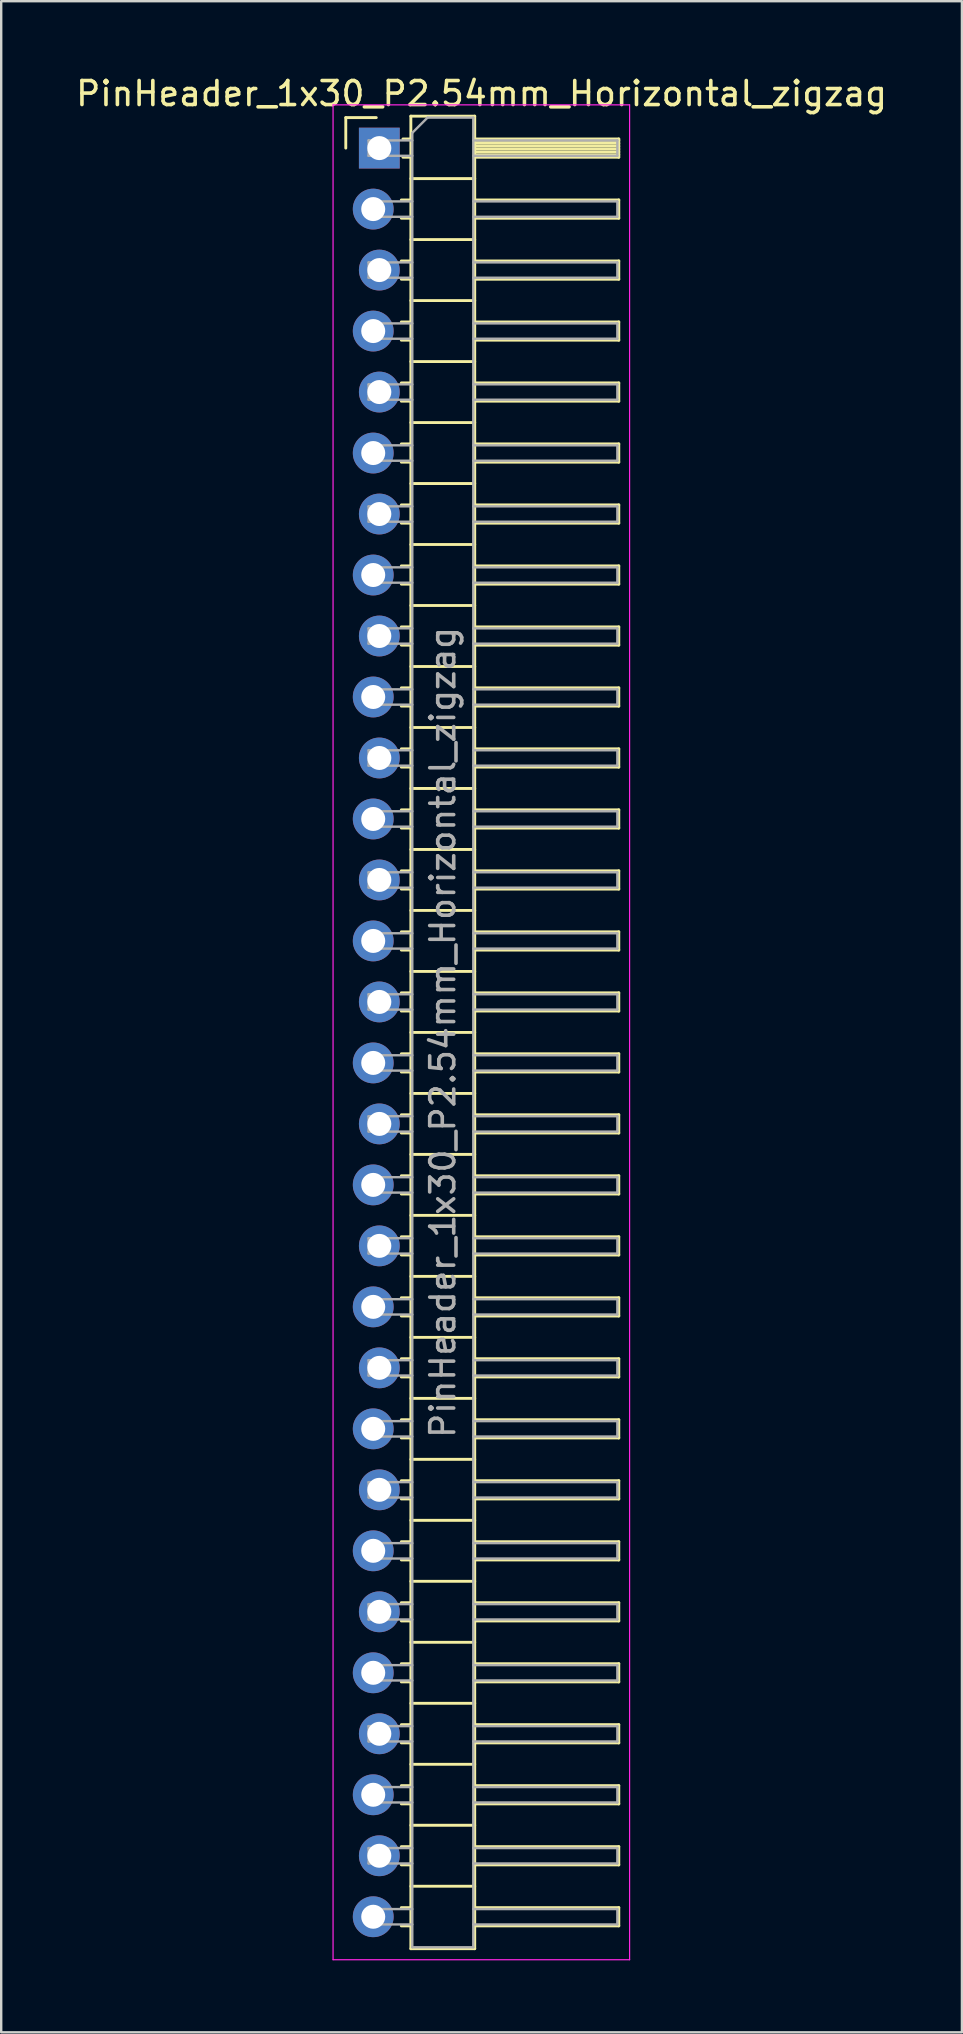
<source format=kicad_pcb>
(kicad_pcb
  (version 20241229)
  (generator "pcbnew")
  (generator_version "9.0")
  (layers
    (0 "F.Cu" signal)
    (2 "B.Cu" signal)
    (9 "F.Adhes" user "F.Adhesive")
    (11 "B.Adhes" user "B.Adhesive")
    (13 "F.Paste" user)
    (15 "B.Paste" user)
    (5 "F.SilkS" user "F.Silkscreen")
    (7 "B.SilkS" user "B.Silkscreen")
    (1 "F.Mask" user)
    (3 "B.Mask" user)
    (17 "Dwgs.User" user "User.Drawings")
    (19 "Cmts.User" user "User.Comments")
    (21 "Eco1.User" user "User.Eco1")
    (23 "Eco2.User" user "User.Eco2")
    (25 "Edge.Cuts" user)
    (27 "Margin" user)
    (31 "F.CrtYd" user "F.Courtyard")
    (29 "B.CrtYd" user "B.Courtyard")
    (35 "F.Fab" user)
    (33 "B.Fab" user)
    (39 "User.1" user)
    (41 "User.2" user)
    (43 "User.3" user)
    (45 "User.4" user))
  (footprint "PinHeader_1x30_P2.54mm_Horizontal_zigzag"
    (layer "F.Cu")
    (at 12.621 3.118)
    (property "Reference" "PinHeader_1x30_P2.54mm_Horizontal_zigzag" (at 4.385 -2.27 0) (layer "F.SilkS") (effects (font (size 1 1) (thickness 0.15))))
    (attr through_hole)
    (fp_line (start -1.27 -1.27) (end 0 -1.27) (stroke (width 0.12) (type solid)) (layer "F.SilkS"))
    (fp_line (start -1.27 0) (end -1.27 -1.27) (stroke (width 0.12) (type solid)) (layer "F.SilkS"))
    (fp_line (start 1.043 2.16) (end 1.44 2.16) (stroke (width 0.12) (type solid)) (layer "F.SilkS"))
    (fp_line (start 1.043 2.92) (end 1.44 2.92) (stroke (width 0.12) (type solid)) (layer "F.SilkS"))
    (fp_line (start 1.043 4.7) (end 1.44 4.7) (stroke (width 0.12) (type solid)) (layer "F.SilkS"))
    (fp_line (start 1.043 5.46) (end 1.44 5.46) (stroke (width 0.12) (type solid)) (layer "F.SilkS"))
    (fp_line (start 1.043 7.24) (end 1.44 7.24) (stroke (width 0.12) (type solid)) (layer "F.SilkS"))
    (fp_line (start 1.043 8) (end 1.44 8) (stroke (width 0.12) (type solid)) (layer "F.SilkS"))
    (fp_line (start 1.043 9.78) (end 1.44 9.78) (stroke (width 0.12) (type solid)) (layer "F.SilkS"))
    (fp_line (start 1.043 10.54) (end 1.44 10.54) (stroke (width 0.12) (type solid)) (layer "F.SilkS"))
    (fp_line (start 1.043 12.32) (end 1.44 12.32) (stroke (width 0.12) (type solid)) (layer "F.SilkS"))
    (fp_line (start 1.043 13.08) (end 1.44 13.08) (stroke (width 0.12) (type solid)) (layer "F.SilkS"))
    (fp_line (start 1.043 14.86) (end 1.44 14.86) (stroke (width 0.12) (type solid)) (layer "F.SilkS"))
    (fp_line (start 1.043 15.62) (end 1.44 15.62) (stroke (width 0.12) (type solid)) (layer "F.SilkS"))
    (fp_line (start 1.043 17.4) (end 1.44 17.4) (stroke (width 0.12) (type solid)) (layer "F.SilkS"))
    (fp_line (start 1.043 18.16) (end 1.44 18.16) (stroke (width 0.12) (type solid)) (layer "F.SilkS"))
    (fp_line (start 1.043 19.94) (end 1.44 19.94) (stroke (width 0.12) (type solid)) (layer "F.SilkS"))
    (fp_line (start 1.043 20.7) (end 1.44 20.7) (stroke (width 0.12) (type solid)) (layer "F.SilkS"))
    (fp_line (start 1.043 22.48) (end 1.44 22.48) (stroke (width 0.12) (type solid)) (layer "F.SilkS"))
    (fp_line (start 1.043 23.24) (end 1.44 23.24) (stroke (width 0.12) (type solid)) (layer "F.SilkS"))
    (fp_line (start 1.043 25.02) (end 1.44 25.02) (stroke (width 0.12) (type solid)) (layer "F.SilkS"))
    (fp_line (start 1.043 25.78) (end 1.44 25.78) (stroke (width 0.12) (type solid)) (layer "F.SilkS"))
    (fp_line (start 1.043 27.56) (end 1.44 27.56) (stroke (width 0.12) (type solid)) (layer "F.SilkS"))
    (fp_line (start 1.043 28.32) (end 1.44 28.32) (stroke (width 0.12) (type solid)) (layer "F.SilkS"))
    (fp_line (start 1.043 30.1) (end 1.44 30.1) (stroke (width 0.12) (type solid)) (layer "F.SilkS"))
    (fp_line (start 1.043 30.86) (end 1.44 30.86) (stroke (width 0.12) (type solid)) (layer "F.SilkS"))
    (fp_line (start 1.043 32.64) (end 1.44 32.64) (stroke (width 0.12) (type solid)) (layer "F.SilkS"))
    (fp_line (start 1.043 33.4) (end 1.44 33.4) (stroke (width 0.12) (type solid)) (layer "F.SilkS"))
    (fp_line (start 1.043 35.18) (end 1.44 35.18) (stroke (width 0.12) (type solid)) (layer "F.SilkS"))
    (fp_line (start 1.043 35.94) (end 1.44 35.94) (stroke (width 0.12) (type solid)) (layer "F.SilkS"))
    (fp_line (start 1.043 37.72) (end 1.44 37.72) (stroke (width 0.12) (type solid)) (layer "F.SilkS"))
    (fp_line (start 1.043 38.48) (end 1.44 38.48) (stroke (width 0.12) (type solid)) (layer "F.SilkS"))
    (fp_line (start 1.043 40.26) (end 1.44 40.26) (stroke (width 0.12) (type solid)) (layer "F.SilkS"))
    (fp_line (start 1.043 41.02) (end 1.44 41.02) (stroke (width 0.12) (type solid)) (layer "F.SilkS"))
    (fp_line (start 1.043 42.8) (end 1.44 42.8) (stroke (width 0.12) (type solid)) (layer "F.SilkS"))
    (fp_line (start 1.043 43.56) (end 1.44 43.56) (stroke (width 0.12) (type solid)) (layer "F.SilkS"))
    (fp_line (start 1.043 45.34) (end 1.44 45.34) (stroke (width 0.12) (type solid)) (layer "F.SilkS"))
    (fp_line (start 1.043 46.1) (end 1.44 46.1) (stroke (width 0.12) (type solid)) (layer "F.SilkS"))
    (fp_line (start 1.043 47.88) (end 1.44 47.88) (stroke (width 0.12) (type solid)) (layer "F.SilkS"))
    (fp_line (start 1.043 48.64) (end 1.44 48.64) (stroke (width 0.12) (type solid)) (layer "F.SilkS"))
    (fp_line (start 1.043 50.42) (end 1.44 50.42) (stroke (width 0.12) (type solid)) (layer "F.SilkS"))
    (fp_line (start 1.043 51.18) (end 1.44 51.18) (stroke (width 0.12) (type solid)) (layer "F.SilkS"))
    (fp_line (start 1.043 52.96) (end 1.44 52.96) (stroke (width 0.12) (type solid)) (layer "F.SilkS"))
    (fp_line (start 1.043 53.72) (end 1.44 53.72) (stroke (width 0.12) (type solid)) (layer "F.SilkS"))
    (fp_line (start 1.043 55.5) (end 1.44 55.5) (stroke (width 0.12) (type solid)) (layer "F.SilkS"))
    (fp_line (start 1.043 56.26) (end 1.44 56.26) (stroke (width 0.12) (type solid)) (layer "F.SilkS"))
    (fp_line (start 1.043 58.04) (end 1.44 58.04) (stroke (width 0.12) (type solid)) (layer "F.SilkS"))
    (fp_line (start 1.043 58.8) (end 1.44 58.8) (stroke (width 0.12) (type solid)) (layer "F.SilkS"))
    (fp_line (start 1.043 60.58) (end 1.44 60.58) (stroke (width 0.12) (type solid)) (layer "F.SilkS"))
    (fp_line (start 1.043 61.34) (end 1.44 61.34) (stroke (width 0.12) (type solid)) (layer "F.SilkS"))
    (fp_line (start 1.043 63.12) (end 1.44 63.12) (stroke (width 0.12) (type solid)) (layer "F.SilkS"))
    (fp_line (start 1.043 63.88) (end 1.44 63.88) (stroke (width 0.12) (type solid)) (layer "F.SilkS"))
    (fp_line (start 1.043 65.66) (end 1.44 65.66) (stroke (width 0.12) (type solid)) (layer "F.SilkS"))
    (fp_line (start 1.043 66.42) (end 1.44 66.42) (stroke (width 0.12) (type solid)) (layer "F.SilkS"))
    (fp_line (start 1.043 68.2) (end 1.44 68.2) (stroke (width 0.12) (type solid)) (layer "F.SilkS"))
    (fp_line (start 1.043 68.96) (end 1.44 68.96) (stroke (width 0.12) (type solid)) (layer "F.SilkS"))
    (fp_line (start 1.043 70.74) (end 1.44 70.74) (stroke (width 0.12) (type solid)) (layer "F.SilkS"))
    (fp_line (start 1.043 71.5) (end 1.44 71.5) (stroke (width 0.12) (type solid)) (layer "F.SilkS"))
    (fp_line (start 1.043 73.28) (end 1.44 73.28) (stroke (width 0.12) (type solid)) (layer "F.SilkS"))
    (fp_line (start 1.043 74.04) (end 1.44 74.04) (stroke (width 0.12) (type solid)) (layer "F.SilkS"))
    (fp_line (start 1.11 -0.38) (end 1.44 -0.38) (stroke (width 0.12) (type solid)) (layer "F.SilkS"))
    (fp_line (start 1.11 0.38) (end 1.44 0.38) (stroke (width 0.12) (type solid)) (layer "F.SilkS"))
    (fp_line (start 1.44 -1.33) (end 1.44 74.99) (stroke (width 0.12) (type solid)) (layer "F.SilkS"))
    (fp_line (start 1.44 1.27) (end 4.1 1.27) (stroke (width 0.12) (type solid)) (layer "F.SilkS"))
    (fp_line (start 1.44 3.81) (end 4.1 3.81) (stroke (width 0.12) (type solid)) (layer "F.SilkS"))
    (fp_line (start 1.44 6.35) (end 4.1 6.35) (stroke (width 0.12) (type solid)) (layer "F.SilkS"))
    (fp_line (start 1.44 8.89) (end 4.1 8.89) (stroke (width 0.12) (type solid)) (layer "F.SilkS"))
    (fp_line (start 1.44 11.43) (end 4.1 11.43) (stroke (width 0.12) (type solid)) (layer "F.SilkS"))
    (fp_line (start 1.44 13.97) (end 4.1 13.97) (stroke (width 0.12) (type solid)) (layer "F.SilkS"))
    (fp_line (start 1.44 16.51) (end 4.1 16.51) (stroke (width 0.12) (type solid)) (layer "F.SilkS"))
    (fp_line (start 1.44 19.05) (end 4.1 19.05) (stroke (width 0.12) (type solid)) (layer "F.SilkS"))
    (fp_line (start 1.44 21.59) (end 4.1 21.59) (stroke (width 0.12) (type solid)) (layer "F.SilkS"))
    (fp_line (start 1.44 24.13) (end 4.1 24.13) (stroke (width 0.12) (type solid)) (layer "F.SilkS"))
    (fp_line (start 1.44 26.67) (end 4.1 26.67) (stroke (width 0.12) (type solid)) (layer "F.SilkS"))
    (fp_line (start 1.44 29.21) (end 4.1 29.21) (stroke (width 0.12) (type solid)) (layer "F.SilkS"))
    (fp_line (start 1.44 31.75) (end 4.1 31.75) (stroke (width 0.12) (type solid)) (layer "F.SilkS"))
    (fp_line (start 1.44 34.29) (end 4.1 34.29) (stroke (width 0.12) (type solid)) (layer "F.SilkS"))
    (fp_line (start 1.44 36.83) (end 4.1 36.83) (stroke (width 0.12) (type solid)) (layer "F.SilkS"))
    (fp_line (start 1.44 39.37) (end 4.1 39.37) (stroke (width 0.12) (type solid)) (layer "F.SilkS"))
    (fp_line (start 1.44 41.91) (end 4.1 41.91) (stroke (width 0.12) (type solid)) (layer "F.SilkS"))
    (fp_line (start 1.44 44.45) (end 4.1 44.45) (stroke (width 0.12) (type solid)) (layer "F.SilkS"))
    (fp_line (start 1.44 46.99) (end 4.1 46.99) (stroke (width 0.12) (type solid)) (layer "F.SilkS"))
    (fp_line (start 1.44 49.53) (end 4.1 49.53) (stroke (width 0.12) (type solid)) (layer "F.SilkS"))
    (fp_line (start 1.44 52.07) (end 4.1 52.07) (stroke (width 0.12) (type solid)) (layer "F.SilkS"))
    (fp_line (start 1.44 54.61) (end 4.1 54.61) (stroke (width 0.12) (type solid)) (layer "F.SilkS"))
    (fp_line (start 1.44 57.15) (end 4.1 57.15) (stroke (width 0.12) (type solid)) (layer "F.SilkS"))
    (fp_line (start 1.44 59.69) (end 4.1 59.69) (stroke (width 0.12) (type solid)) (layer "F.SilkS"))
    (fp_line (start 1.44 62.23) (end 4.1 62.23) (stroke (width 0.12) (type solid)) (layer "F.SilkS"))
    (fp_line (start 1.44 64.77) (end 4.1 64.77) (stroke (width 0.12) (type solid)) (layer "F.SilkS"))
    (fp_line (start 1.44 67.31) (end 4.1 67.31) (stroke (width 0.12) (type solid)) (layer "F.SilkS"))
    (fp_line (start 1.44 69.85) (end 4.1 69.85) (stroke (width 0.12) (type solid)) (layer "F.SilkS"))
    (fp_line (start 1.44 72.39) (end 4.1 72.39) (stroke (width 0.12) (type solid)) (layer "F.SilkS"))
    (fp_line (start 1.44 74.99) (end 4.1 74.99) (stroke (width 0.12) (type solid)) (layer "F.SilkS"))
    (fp_line (start 4.1 -1.33) (end 1.44 -1.33) (stroke (width 0.12) (type solid)) (layer "F.SilkS"))
    (fp_line (start 4.1 -0.38) (end 10.1 -0.38) (stroke (width 0.12) (type solid)) (layer "F.SilkS"))
    (fp_line (start 4.1 -0.32) (end 10.1 -0.32) (stroke (width 0.12) (type solid)) (layer "F.SilkS"))
    (fp_line (start 4.1 -0.2) (end 10.1 -0.2) (stroke (width 0.12) (type solid)) (layer "F.SilkS"))
    (fp_line (start 4.1 -0.08) (end 10.1 -0.08) (stroke (width 0.12) (type solid)) (layer "F.SilkS"))
    (fp_line (start 4.1 0.04) (end 10.1 0.04) (stroke (width 0.12) (type solid)) (layer "F.SilkS"))
    (fp_line (start 4.1 0.16) (end 10.1 0.16) (stroke (width 0.12) (type solid)) (layer "F.SilkS"))
    (fp_line (start 4.1 0.28) (end 10.1 0.28) (stroke (width 0.12) (type solid)) (layer "F.SilkS"))
    (fp_line (start 4.1 2.16) (end 10.1 2.16) (stroke (width 0.12) (type solid)) (layer "F.SilkS"))
    (fp_line (start 4.1 4.7) (end 10.1 4.7) (stroke (width 0.12) (type solid)) (layer "F.SilkS"))
    (fp_line (start 4.1 7.24) (end 10.1 7.24) (stroke (width 0.12) (type solid)) (layer "F.SilkS"))
    (fp_line (start 4.1 9.78) (end 10.1 9.78) (stroke (width 0.12) (type solid)) (layer "F.SilkS"))
    (fp_line (start 4.1 12.32) (end 10.1 12.32) (stroke (width 0.12) (type solid)) (layer "F.SilkS"))
    (fp_line (start 4.1 14.86) (end 10.1 14.86) (stroke (width 0.12) (type solid)) (layer "F.SilkS"))
    (fp_line (start 4.1 17.4) (end 10.1 17.4) (stroke (width 0.12) (type solid)) (layer "F.SilkS"))
    (fp_line (start 4.1 19.94) (end 10.1 19.94) (stroke (width 0.12) (type solid)) (layer "F.SilkS"))
    (fp_line (start 4.1 22.48) (end 10.1 22.48) (stroke (width 0.12) (type solid)) (layer "F.SilkS"))
    (fp_line (start 4.1 25.02) (end 10.1 25.02) (stroke (width 0.12) (type solid)) (layer "F.SilkS"))
    (fp_line (start 4.1 27.56) (end 10.1 27.56) (stroke (width 0.12) (type solid)) (layer "F.SilkS"))
    (fp_line (start 4.1 30.1) (end 10.1 30.1) (stroke (width 0.12) (type solid)) (layer "F.SilkS"))
    (fp_line (start 4.1 32.64) (end 10.1 32.64) (stroke (width 0.12) (type solid)) (layer "F.SilkS"))
    (fp_line (start 4.1 35.18) (end 10.1 35.18) (stroke (width 0.12) (type solid)) (layer "F.SilkS"))
    (fp_line (start 4.1 37.72) (end 10.1 37.72) (stroke (width 0.12) (type solid)) (layer "F.SilkS"))
    (fp_line (start 4.1 40.26) (end 10.1 40.26) (stroke (width 0.12) (type solid)) (layer "F.SilkS"))
    (fp_line (start 4.1 42.8) (end 10.1 42.8) (stroke (width 0.12) (type solid)) (layer "F.SilkS"))
    (fp_line (start 4.1 45.34) (end 10.1 45.34) (stroke (width 0.12) (type solid)) (layer "F.SilkS"))
    (fp_line (start 4.1 47.88) (end 10.1 47.88) (stroke (width 0.12) (type solid)) (layer "F.SilkS"))
    (fp_line (start 4.1 50.42) (end 10.1 50.42) (stroke (width 0.12) (type solid)) (layer "F.SilkS"))
    (fp_line (start 4.1 52.96) (end 10.1 52.96) (stroke (width 0.12) (type solid)) (layer "F.SilkS"))
    (fp_line (start 4.1 55.5) (end 10.1 55.5) (stroke (width 0.12) (type solid)) (layer "F.SilkS"))
    (fp_line (start 4.1 58.04) (end 10.1 58.04) (stroke (width 0.12) (type solid)) (layer "F.SilkS"))
    (fp_line (start 4.1 60.58) (end 10.1 60.58) (stroke (width 0.12) (type solid)) (layer "F.SilkS"))
    (fp_line (start 4.1 63.12) (end 10.1 63.12) (stroke (width 0.12) (type solid)) (layer "F.SilkS"))
    (fp_line (start 4.1 65.66) (end 10.1 65.66) (stroke (width 0.12) (type solid)) (layer "F.SilkS"))
    (fp_line (start 4.1 68.2) (end 10.1 68.2) (stroke (width 0.12) (type solid)) (layer "F.SilkS"))
    (fp_line (start 4.1 70.74) (end 10.1 70.74) (stroke (width 0.12) (type solid)) (layer "F.SilkS"))
    (fp_line (start 4.1 73.28) (end 10.1 73.28) (stroke (width 0.12) (type solid)) (layer "F.SilkS"))
    (fp_line (start 4.1 74.99) (end 4.1 -1.33) (stroke (width 0.12) (type solid)) (layer "F.SilkS"))
    (fp_line (start 10.1 -0.38) (end 10.1 0.38) (stroke (width 0.12) (type solid)) (layer "F.SilkS"))
    (fp_line (start 10.1 0.38) (end 4.1 0.38) (stroke (width 0.12) (type solid)) (layer "F.SilkS"))
    (fp_line (start 10.1 2.16) (end 10.1 2.92) (stroke (width 0.12) (type solid)) (layer "F.SilkS"))
    (fp_line (start 10.1 2.92) (end 4.1 2.92) (stroke (width 0.12) (type solid)) (layer "F.SilkS"))
    (fp_line (start 10.1 4.7) (end 10.1 5.46) (stroke (width 0.12) (type solid)) (layer "F.SilkS"))
    (fp_line (start 10.1 5.46) (end 4.1 5.46) (stroke (width 0.12) (type solid)) (layer "F.SilkS"))
    (fp_line (start 10.1 7.24) (end 10.1 8) (stroke (width 0.12) (type solid)) (layer "F.SilkS"))
    (fp_line (start 10.1 8) (end 4.1 8) (stroke (width 0.12) (type solid)) (layer "F.SilkS"))
    (fp_line (start 10.1 9.78) (end 10.1 10.54) (stroke (width 0.12) (type solid)) (layer "F.SilkS"))
    (fp_line (start 10.1 10.54) (end 4.1 10.54) (stroke (width 0.12) (type solid)) (layer "F.SilkS"))
    (fp_line (start 10.1 12.32) (end 10.1 13.08) (stroke (width 0.12) (type solid)) (layer "F.SilkS"))
    (fp_line (start 10.1 13.08) (end 4.1 13.08) (stroke (width 0.12) (type solid)) (layer "F.SilkS"))
    (fp_line (start 10.1 14.86) (end 10.1 15.62) (stroke (width 0.12) (type solid)) (layer "F.SilkS"))
    (fp_line (start 10.1 15.62) (end 4.1 15.62) (stroke (width 0.12) (type solid)) (layer "F.SilkS"))
    (fp_line (start 10.1 17.4) (end 10.1 18.16) (stroke (width 0.12) (type solid)) (layer "F.SilkS"))
    (fp_line (start 10.1 18.16) (end 4.1 18.16) (stroke (width 0.12) (type solid)) (layer "F.SilkS"))
    (fp_line (start 10.1 19.94) (end 10.1 20.7) (stroke (width 0.12) (type solid)) (layer "F.SilkS"))
    (fp_line (start 10.1 20.7) (end 4.1 20.7) (stroke (width 0.12) (type solid)) (layer "F.SilkS"))
    (fp_line (start 10.1 22.48) (end 10.1 23.24) (stroke (width 0.12) (type solid)) (layer "F.SilkS"))
    (fp_line (start 10.1 23.24) (end 4.1 23.24) (stroke (width 0.12) (type solid)) (layer "F.SilkS"))
    (fp_line (start 10.1 25.02) (end 10.1 25.78) (stroke (width 0.12) (type solid)) (layer "F.SilkS"))
    (fp_line (start 10.1 25.78) (end 4.1 25.78) (stroke (width 0.12) (type solid)) (layer "F.SilkS"))
    (fp_line (start 10.1 27.56) (end 10.1 28.32) (stroke (width 0.12) (type solid)) (layer "F.SilkS"))
    (fp_line (start 10.1 28.32) (end 4.1 28.32) (stroke (width 0.12) (type solid)) (layer "F.SilkS"))
    (fp_line (start 10.1 30.1) (end 10.1 30.86) (stroke (width 0.12) (type solid)) (layer "F.SilkS"))
    (fp_line (start 10.1 30.86) (end 4.1 30.86) (stroke (width 0.12) (type solid)) (layer "F.SilkS"))
    (fp_line (start 10.1 32.64) (end 10.1 33.4) (stroke (width 0.12) (type solid)) (layer "F.SilkS"))
    (fp_line (start 10.1 33.4) (end 4.1 33.4) (stroke (width 0.12) (type solid)) (layer "F.SilkS"))
    (fp_line (start 10.1 35.18) (end 10.1 35.94) (stroke (width 0.12) (type solid)) (layer "F.SilkS"))
    (fp_line (start 10.1 35.94) (end 4.1 35.94) (stroke (width 0.12) (type solid)) (layer "F.SilkS"))
    (fp_line (start 10.1 37.72) (end 10.1 38.48) (stroke (width 0.12) (type solid)) (layer "F.SilkS"))
    (fp_line (start 10.1 38.48) (end 4.1 38.48) (stroke (width 0.12) (type solid)) (layer "F.SilkS"))
    (fp_line (start 10.1 40.26) (end 10.1 41.02) (stroke (width 0.12) (type solid)) (layer "F.SilkS"))
    (fp_line (start 10.1 41.02) (end 4.1 41.02) (stroke (width 0.12) (type solid)) (layer "F.SilkS"))
    (fp_line (start 10.1 42.8) (end 10.1 43.56) (stroke (width 0.12) (type solid)) (layer "F.SilkS"))
    (fp_line (start 10.1 43.56) (end 4.1 43.56) (stroke (width 0.12) (type solid)) (layer "F.SilkS"))
    (fp_line (start 10.1 45.34) (end 10.1 46.1) (stroke (width 0.12) (type solid)) (layer "F.SilkS"))
    (fp_line (start 10.1 46.1) (end 4.1 46.1) (stroke (width 0.12) (type solid)) (layer "F.SilkS"))
    (fp_line (start 10.1 47.88) (end 10.1 48.64) (stroke (width 0.12) (type solid)) (layer "F.SilkS"))
    (fp_line (start 10.1 48.64) (end 4.1 48.64) (stroke (width 0.12) (type solid)) (layer "F.SilkS"))
    (fp_line (start 10.1 50.42) (end 10.1 51.18) (stroke (width 0.12) (type solid)) (layer "F.SilkS"))
    (fp_line (start 10.1 51.18) (end 4.1 51.18) (stroke (width 0.12) (type solid)) (layer "F.SilkS"))
    (fp_line (start 10.1 52.96) (end 10.1 53.72) (stroke (width 0.12) (type solid)) (layer "F.SilkS"))
    (fp_line (start 10.1 53.72) (end 4.1 53.72) (stroke (width 0.12) (type solid)) (layer "F.SilkS"))
    (fp_line (start 10.1 55.5) (end 10.1 56.26) (stroke (width 0.12) (type solid)) (layer "F.SilkS"))
    (fp_line (start 10.1 56.26) (end 4.1 56.26) (stroke (width 0.12) (type solid)) (layer "F.SilkS"))
    (fp_line (start 10.1 58.04) (end 10.1 58.8) (stroke (width 0.12) (type solid)) (layer "F.SilkS"))
    (fp_line (start 10.1 58.8) (end 4.1 58.8) (stroke (width 0.12) (type solid)) (layer "F.SilkS"))
    (fp_line (start 10.1 60.58) (end 10.1 61.34) (stroke (width 0.12) (type solid)) (layer "F.SilkS"))
    (fp_line (start 10.1 61.34) (end 4.1 61.34) (stroke (width 0.12) (type solid)) (layer "F.SilkS"))
    (fp_line (start 10.1 63.12) (end 10.1 63.88) (stroke (width 0.12) (type solid)) (layer "F.SilkS"))
    (fp_line (start 10.1 63.88) (end 4.1 63.88) (stroke (width 0.12) (type solid)) (layer "F.SilkS"))
    (fp_line (start 10.1 65.66) (end 10.1 66.42) (stroke (width 0.12) (type solid)) (layer "F.SilkS"))
    (fp_line (start 10.1 66.42) (end 4.1 66.42) (stroke (width 0.12) (type solid)) (layer "F.SilkS"))
    (fp_line (start 10.1 68.2) (end 10.1 68.96) (stroke (width 0.12) (type solid)) (layer "F.SilkS"))
    (fp_line (start 10.1 68.96) (end 4.1 68.96) (stroke (width 0.12) (type solid)) (layer "F.SilkS"))
    (fp_line (start 10.1 70.74) (end 10.1 71.5) (stroke (width 0.12) (type solid)) (layer "F.SilkS"))
    (fp_line (start 10.1 71.5) (end 4.1 71.5) (stroke (width 0.12) (type solid)) (layer "F.SilkS"))
    (fp_line (start 10.1 73.28) (end 10.1 74.04) (stroke (width 0.12) (type solid)) (layer "F.SilkS"))
    (fp_line (start 10.1 74.04) (end 4.1 74.04) (stroke (width 0.12) (type solid)) (layer "F.SilkS"))
    (fp_line (start -1.8 -1.8) (end -1.8 75.45) (stroke (width 0.05) (type solid)) (layer "F.CrtYd"))
    (fp_line (start -1.8 75.45) (end 10.55 75.45) (stroke (width 0.05) (type solid)) (layer "F.CrtYd"))
    (fp_line (start 10.55 -1.8) (end -1.8 -1.8) (stroke (width 0.05) (type solid)) (layer "F.CrtYd"))
    (fp_line (start 10.55 75.45) (end 10.55 -1.8) (stroke (width 0.05) (type solid)) (layer "F.CrtYd"))
    (fp_line (start -0.32 -0.32) (end -0.32 0.32) (stroke (width 0.1) (type solid)) (layer "F.Fab"))
    (fp_line (start -0.32 -0.32) (end 1.5 -0.32) (stroke (width 0.1) (type solid)) (layer "F.Fab"))
    (fp_line (start -0.32 0.32) (end 1.5 0.32) (stroke (width 0.1) (type solid)) (layer "F.Fab"))
    (fp_line (start -0.32 2.22) (end -0.32 2.86) (stroke (width 0.1) (type solid)) (layer "F.Fab"))
    (fp_line (start -0.32 2.22) (end 1.5 2.22) (stroke (width 0.1) (type solid)) (layer "F.Fab"))
    (fp_line (start -0.32 2.86) (end 1.5 2.86) (stroke (width 0.1) (type solid)) (layer "F.Fab"))
    (fp_line (start -0.32 4.76) (end -0.32 5.4) (stroke (width 0.1) (type solid)) (layer "F.Fab"))
    (fp_line (start -0.32 4.76) (end 1.5 4.76) (stroke (width 0.1) (type solid)) (layer "F.Fab"))
    (fp_line (start -0.32 5.4) (end 1.5 5.4) (stroke (width 0.1) (type solid)) (layer "F.Fab"))
    (fp_line (start -0.32 7.3) (end -0.32 7.94) (stroke (width 0.1) (type solid)) (layer "F.Fab"))
    (fp_line (start -0.32 7.3) (end 1.5 7.3) (stroke (width 0.1) (type solid)) (layer "F.Fab"))
    (fp_line (start -0.32 7.94) (end 1.5 7.94) (stroke (width 0.1) (type solid)) (layer "F.Fab"))
    (fp_line (start -0.32 9.84) (end -0.32 10.48) (stroke (width 0.1) (type solid)) (layer "F.Fab"))
    (fp_line (start -0.32 9.84) (end 1.5 9.84) (stroke (width 0.1) (type solid)) (layer "F.Fab"))
    (fp_line (start -0.32 10.48) (end 1.5 10.48) (stroke (width 0.1) (type solid)) (layer "F.Fab"))
    (fp_line (start -0.32 12.38) (end -0.32 13.02) (stroke (width 0.1) (type solid)) (layer "F.Fab"))
    (fp_line (start -0.32 12.38) (end 1.5 12.38) (stroke (width 0.1) (type solid)) (layer "F.Fab"))
    (fp_line (start -0.32 13.02) (end 1.5 13.02) (stroke (width 0.1) (type solid)) (layer "F.Fab"))
    (fp_line (start -0.32 14.92) (end -0.32 15.56) (stroke (width 0.1) (type solid)) (layer "F.Fab"))
    (fp_line (start -0.32 14.92) (end 1.5 14.92) (stroke (width 0.1) (type solid)) (layer "F.Fab"))
    (fp_line (start -0.32 15.56) (end 1.5 15.56) (stroke (width 0.1) (type solid)) (layer "F.Fab"))
    (fp_line (start -0.32 17.46) (end -0.32 18.1) (stroke (width 0.1) (type solid)) (layer "F.Fab"))
    (fp_line (start -0.32 17.46) (end 1.5 17.46) (stroke (width 0.1) (type solid)) (layer "F.Fab"))
    (fp_line (start -0.32 18.1) (end 1.5 18.1) (stroke (width 0.1) (type solid)) (layer "F.Fab"))
    (fp_line (start -0.32 20) (end -0.32 20.64) (stroke (width 0.1) (type solid)) (layer "F.Fab"))
    (fp_line (start -0.32 20) (end 1.5 20) (stroke (width 0.1) (type solid)) (layer "F.Fab"))
    (fp_line (start -0.32 20.64) (end 1.5 20.64) (stroke (width 0.1) (type solid)) (layer "F.Fab"))
    (fp_line (start -0.32 22.54) (end -0.32 23.18) (stroke (width 0.1) (type solid)) (layer "F.Fab"))
    (fp_line (start -0.32 22.54) (end 1.5 22.54) (stroke (width 0.1) (type solid)) (layer "F.Fab"))
    (fp_line (start -0.32 23.18) (end 1.5 23.18) (stroke (width 0.1) (type solid)) (layer "F.Fab"))
    (fp_line (start -0.32 25.08) (end -0.32 25.72) (stroke (width 0.1) (type solid)) (layer "F.Fab"))
    (fp_line (start -0.32 25.08) (end 1.5 25.08) (stroke (width 0.1) (type solid)) (layer "F.Fab"))
    (fp_line (start -0.32 25.72) (end 1.5 25.72) (stroke (width 0.1) (type solid)) (layer "F.Fab"))
    (fp_line (start -0.32 27.62) (end -0.32 28.26) (stroke (width 0.1) (type solid)) (layer "F.Fab"))
    (fp_line (start -0.32 27.62) (end 1.5 27.62) (stroke (width 0.1) (type solid)) (layer "F.Fab"))
    (fp_line (start -0.32 28.26) (end 1.5 28.26) (stroke (width 0.1) (type solid)) (layer "F.Fab"))
    (fp_line (start -0.32 30.16) (end -0.32 30.8) (stroke (width 0.1) (type solid)) (layer "F.Fab"))
    (fp_line (start -0.32 30.16) (end 1.5 30.16) (stroke (width 0.1) (type solid)) (layer "F.Fab"))
    (fp_line (start -0.32 30.8) (end 1.5 30.8) (stroke (width 0.1) (type solid)) (layer "F.Fab"))
    (fp_line (start -0.32 32.7) (end -0.32 33.34) (stroke (width 0.1) (type solid)) (layer "F.Fab"))
    (fp_line (start -0.32 32.7) (end 1.5 32.7) (stroke (width 0.1) (type solid)) (layer "F.Fab"))
    (fp_line (start -0.32 33.34) (end 1.5 33.34) (stroke (width 0.1) (type solid)) (layer "F.Fab"))
    (fp_line (start -0.32 35.24) (end -0.32 35.88) (stroke (width 0.1) (type solid)) (layer "F.Fab"))
    (fp_line (start -0.32 35.24) (end 1.5 35.24) (stroke (width 0.1) (type solid)) (layer "F.Fab"))
    (fp_line (start -0.32 35.88) (end 1.5 35.88) (stroke (width 0.1) (type solid)) (layer "F.Fab"))
    (fp_line (start -0.32 37.78) (end -0.32 38.42) (stroke (width 0.1) (type solid)) (layer "F.Fab"))
    (fp_line (start -0.32 37.78) (end 1.5 37.78) (stroke (width 0.1) (type solid)) (layer "F.Fab"))
    (fp_line (start -0.32 38.42) (end 1.5 38.42) (stroke (width 0.1) (type solid)) (layer "F.Fab"))
    (fp_line (start -0.32 40.32) (end -0.32 40.96) (stroke (width 0.1) (type solid)) (layer "F.Fab"))
    (fp_line (start -0.32 40.32) (end 1.5 40.32) (stroke (width 0.1) (type solid)) (layer "F.Fab"))
    (fp_line (start -0.32 40.96) (end 1.5 40.96) (stroke (width 0.1) (type solid)) (layer "F.Fab"))
    (fp_line (start -0.32 42.86) (end -0.32 43.5) (stroke (width 0.1) (type solid)) (layer "F.Fab"))
    (fp_line (start -0.32 42.86) (end 1.5 42.86) (stroke (width 0.1) (type solid)) (layer "F.Fab"))
    (fp_line (start -0.32 43.5) (end 1.5 43.5) (stroke (width 0.1) (type solid)) (layer "F.Fab"))
    (fp_line (start -0.32 45.4) (end -0.32 46.04) (stroke (width 0.1) (type solid)) (layer "F.Fab"))
    (fp_line (start -0.32 45.4) (end 1.5 45.4) (stroke (width 0.1) (type solid)) (layer "F.Fab"))
    (fp_line (start -0.32 46.04) (end 1.5 46.04) (stroke (width 0.1) (type solid)) (layer "F.Fab"))
    (fp_line (start -0.32 47.94) (end -0.32 48.58) (stroke (width 0.1) (type solid)) (layer "F.Fab"))
    (fp_line (start -0.32 47.94) (end 1.5 47.94) (stroke (width 0.1) (type solid)) (layer "F.Fab"))
    (fp_line (start -0.32 48.58) (end 1.5 48.58) (stroke (width 0.1) (type solid)) (layer "F.Fab"))
    (fp_line (start -0.32 50.48) (end -0.32 51.12) (stroke (width 0.1) (type solid)) (layer "F.Fab"))
    (fp_line (start -0.32 50.48) (end 1.5 50.48) (stroke (width 0.1) (type solid)) (layer "F.Fab"))
    (fp_line (start -0.32 51.12) (end 1.5 51.12) (stroke (width 0.1) (type solid)) (layer "F.Fab"))
    (fp_line (start -0.32 53.02) (end -0.32 53.66) (stroke (width 0.1) (type solid)) (layer "F.Fab"))
    (fp_line (start -0.32 53.02) (end 1.5 53.02) (stroke (width 0.1) (type solid)) (layer "F.Fab"))
    (fp_line (start -0.32 53.66) (end 1.5 53.66) (stroke (width 0.1) (type solid)) (layer "F.Fab"))
    (fp_line (start -0.32 55.56) (end -0.32 56.2) (stroke (width 0.1) (type solid)) (layer "F.Fab"))
    (fp_line (start -0.32 55.56) (end 1.5 55.56) (stroke (width 0.1) (type solid)) (layer "F.Fab"))
    (fp_line (start -0.32 56.2) (end 1.5 56.2) (stroke (width 0.1) (type solid)) (layer "F.Fab"))
    (fp_line (start -0.32 58.1) (end -0.32 58.74) (stroke (width 0.1) (type solid)) (layer "F.Fab"))
    (fp_line (start -0.32 58.1) (end 1.5 58.1) (stroke (width 0.1) (type solid)) (layer "F.Fab"))
    (fp_line (start -0.32 58.74) (end 1.5 58.74) (stroke (width 0.1) (type solid)) (layer "F.Fab"))
    (fp_line (start -0.32 60.64) (end -0.32 61.28) (stroke (width 0.1) (type solid)) (layer "F.Fab"))
    (fp_line (start -0.32 60.64) (end 1.5 60.64) (stroke (width 0.1) (type solid)) (layer "F.Fab"))
    (fp_line (start -0.32 61.28) (end 1.5 61.28) (stroke (width 0.1) (type solid)) (layer "F.Fab"))
    (fp_line (start -0.32 63.18) (end -0.32 63.82) (stroke (width 0.1) (type solid)) (layer "F.Fab"))
    (fp_line (start -0.32 63.18) (end 1.5 63.18) (stroke (width 0.1) (type solid)) (layer "F.Fab"))
    (fp_line (start -0.32 63.82) (end 1.5 63.82) (stroke (width 0.1) (type solid)) (layer "F.Fab"))
    (fp_line (start -0.32 65.72) (end -0.32 66.36) (stroke (width 0.1) (type solid)) (layer "F.Fab"))
    (fp_line (start -0.32 65.72) (end 1.5 65.72) (stroke (width 0.1) (type solid)) (layer "F.Fab"))
    (fp_line (start -0.32 66.36) (end 1.5 66.36) (stroke (width 0.1) (type solid)) (layer "F.Fab"))
    (fp_line (start -0.32 68.26) (end -0.32 68.9) (stroke (width 0.1) (type solid)) (layer "F.Fab"))
    (fp_line (start -0.32 68.26) (end 1.5 68.26) (stroke (width 0.1) (type solid)) (layer "F.Fab"))
    (fp_line (start -0.32 68.9) (end 1.5 68.9) (stroke (width 0.1) (type solid)) (layer "F.Fab"))
    (fp_line (start -0.32 70.8) (end -0.32 71.44) (stroke (width 0.1) (type solid)) (layer "F.Fab"))
    (fp_line (start -0.32 70.8) (end 1.5 70.8) (stroke (width 0.1) (type solid)) (layer "F.Fab"))
    (fp_line (start -0.32 71.44) (end 1.5 71.44) (stroke (width 0.1) (type solid)) (layer "F.Fab"))
    (fp_line (start -0.32 73.34) (end -0.32 73.98) (stroke (width 0.1) (type solid)) (layer "F.Fab"))
    (fp_line (start -0.32 73.34) (end 1.5 73.34) (stroke (width 0.1) (type solid)) (layer "F.Fab"))
    (fp_line (start -0.32 73.98) (end 1.5 73.98) (stroke (width 0.1) (type solid)) (layer "F.Fab"))
    (fp_line (start 1.5 -0.635) (end 2.135 -1.27) (stroke (width 0.1) (type solid)) (layer "F.Fab"))
    (fp_line (start 1.5 74.93) (end 1.5 -0.635) (stroke (width 0.1) (type solid)) (layer "F.Fab"))
    (fp_line (start 2.135 -1.27) (end 4.04 -1.27) (stroke (width 0.1) (type solid)) (layer "F.Fab"))
    (fp_line (start 4.04 -1.27) (end 4.04 74.93) (stroke (width 0.1) (type solid)) (layer "F.Fab"))
    (fp_line (start 4.04 -0.32) (end 10.04 -0.32) (stroke (width 0.1) (type solid)) (layer "F.Fab"))
    (fp_line (start 4.04 0.32) (end 10.04 0.32) (stroke (width 0.1) (type solid)) (layer "F.Fab"))
    (fp_line (start 4.04 2.22) (end 10.04 2.22) (stroke (width 0.1) (type solid)) (layer "F.Fab"))
    (fp_line (start 4.04 2.86) (end 10.04 2.86) (stroke (width 0.1) (type solid)) (layer "F.Fab"))
    (fp_line (start 4.04 4.76) (end 10.04 4.76) (stroke (width 0.1) (type solid)) (layer "F.Fab"))
    (fp_line (start 4.04 5.4) (end 10.04 5.4) (stroke (width 0.1) (type solid)) (layer "F.Fab"))
    (fp_line (start 4.04 7.3) (end 10.04 7.3) (stroke (width 0.1) (type solid)) (layer "F.Fab"))
    (fp_line (start 4.04 7.94) (end 10.04 7.94) (stroke (width 0.1) (type solid)) (layer "F.Fab"))
    (fp_line (start 4.04 9.84) (end 10.04 9.84) (stroke (width 0.1) (type solid)) (layer "F.Fab"))
    (fp_line (start 4.04 10.48) (end 10.04 10.48) (stroke (width 0.1) (type solid)) (layer "F.Fab"))
    (fp_line (start 4.04 12.38) (end 10.04 12.38) (stroke (width 0.1) (type solid)) (layer "F.Fab"))
    (fp_line (start 4.04 13.02) (end 10.04 13.02) (stroke (width 0.1) (type solid)) (layer "F.Fab"))
    (fp_line (start 4.04 14.92) (end 10.04 14.92) (stroke (width 0.1) (type solid)) (layer "F.Fab"))
    (fp_line (start 4.04 15.56) (end 10.04 15.56) (stroke (width 0.1) (type solid)) (layer "F.Fab"))
    (fp_line (start 4.04 17.46) (end 10.04 17.46) (stroke (width 0.1) (type solid)) (layer "F.Fab"))
    (fp_line (start 4.04 18.1) (end 10.04 18.1) (stroke (width 0.1) (type solid)) (layer "F.Fab"))
    (fp_line (start 4.04 20) (end 10.04 20) (stroke (width 0.1) (type solid)) (layer "F.Fab"))
    (fp_line (start 4.04 20.64) (end 10.04 20.64) (stroke (width 0.1) (type solid)) (layer "F.Fab"))
    (fp_line (start 4.04 22.54) (end 10.04 22.54) (stroke (width 0.1) (type solid)) (layer "F.Fab"))
    (fp_line (start 4.04 23.18) (end 10.04 23.18) (stroke (width 0.1) (type solid)) (layer "F.Fab"))
    (fp_line (start 4.04 25.08) (end 10.04 25.08) (stroke (width 0.1) (type solid)) (layer "F.Fab"))
    (fp_line (start 4.04 25.72) (end 10.04 25.72) (stroke (width 0.1) (type solid)) (layer "F.Fab"))
    (fp_line (start 4.04 27.62) (end 10.04 27.62) (stroke (width 0.1) (type solid)) (layer "F.Fab"))
    (fp_line (start 4.04 28.26) (end 10.04 28.26) (stroke (width 0.1) (type solid)) (layer "F.Fab"))
    (fp_line (start 4.04 30.16) (end 10.04 30.16) (stroke (width 0.1) (type solid)) (layer "F.Fab"))
    (fp_line (start 4.04 30.8) (end 10.04 30.8) (stroke (width 0.1) (type solid)) (layer "F.Fab"))
    (fp_line (start 4.04 32.7) (end 10.04 32.7) (stroke (width 0.1) (type solid)) (layer "F.Fab"))
    (fp_line (start 4.04 33.34) (end 10.04 33.34) (stroke (width 0.1) (type solid)) (layer "F.Fab"))
    (fp_line (start 4.04 35.24) (end 10.04 35.24) (stroke (width 0.1) (type solid)) (layer "F.Fab"))
    (fp_line (start 4.04 35.88) (end 10.04 35.88) (stroke (width 0.1) (type solid)) (layer "F.Fab"))
    (fp_line (start 4.04 37.78) (end 10.04 37.78) (stroke (width 0.1) (type solid)) (layer "F.Fab"))
    (fp_line (start 4.04 38.42) (end 10.04 38.42) (stroke (width 0.1) (type solid)) (layer "F.Fab"))
    (fp_line (start 4.04 40.32) (end 10.04 40.32) (stroke (width 0.1) (type solid)) (layer "F.Fab"))
    (fp_line (start 4.04 40.96) (end 10.04 40.96) (stroke (width 0.1) (type solid)) (layer "F.Fab"))
    (fp_line (start 4.04 42.86) (end 10.04 42.86) (stroke (width 0.1) (type solid)) (layer "F.Fab"))
    (fp_line (start 4.04 43.5) (end 10.04 43.5) (stroke (width 0.1) (type solid)) (layer "F.Fab"))
    (fp_line (start 4.04 45.4) (end 10.04 45.4) (stroke (width 0.1) (type solid)) (layer "F.Fab"))
    (fp_line (start 4.04 46.04) (end 10.04 46.04) (stroke (width 0.1) (type solid)) (layer "F.Fab"))
    (fp_line (start 4.04 47.94) (end 10.04 47.94) (stroke (width 0.1) (type solid)) (layer "F.Fab"))
    (fp_line (start 4.04 48.58) (end 10.04 48.58) (stroke (width 0.1) (type solid)) (layer "F.Fab"))
    (fp_line (start 4.04 50.48) (end 10.04 50.48) (stroke (width 0.1) (type solid)) (layer "F.Fab"))
    (fp_line (start 4.04 51.12) (end 10.04 51.12) (stroke (width 0.1) (type solid)) (layer "F.Fab"))
    (fp_line (start 4.04 53.02) (end 10.04 53.02) (stroke (width 0.1) (type solid)) (layer "F.Fab"))
    (fp_line (start 4.04 53.66) (end 10.04 53.66) (stroke (width 0.1) (type solid)) (layer "F.Fab"))
    (fp_line (start 4.04 55.56) (end 10.04 55.56) (stroke (width 0.1) (type solid)) (layer "F.Fab"))
    (fp_line (start 4.04 56.2) (end 10.04 56.2) (stroke (width 0.1) (type solid)) (layer "F.Fab"))
    (fp_line (start 4.04 58.1) (end 10.04 58.1) (stroke (width 0.1) (type solid)) (layer "F.Fab"))
    (fp_line (start 4.04 58.74) (end 10.04 58.74) (stroke (width 0.1) (type solid)) (layer "F.Fab"))
    (fp_line (start 4.04 60.64) (end 10.04 60.64) (stroke (width 0.1) (type solid)) (layer "F.Fab"))
    (fp_line (start 4.04 61.28) (end 10.04 61.28) (stroke (width 0.1) (type solid)) (layer "F.Fab"))
    (fp_line (start 4.04 63.18) (end 10.04 63.18) (stroke (width 0.1) (type solid)) (layer "F.Fab"))
    (fp_line (start 4.04 63.82) (end 10.04 63.82) (stroke (width 0.1) (type solid)) (layer "F.Fab"))
    (fp_line (start 4.04 65.72) (end 10.04 65.72) (stroke (width 0.1) (type solid)) (layer "F.Fab"))
    (fp_line (start 4.04 66.36) (end 10.04 66.36) (stroke (width 0.1) (type solid)) (layer "F.Fab"))
    (fp_line (start 4.04 68.26) (end 10.04 68.26) (stroke (width 0.1) (type solid)) (layer "F.Fab"))
    (fp_line (start 4.04 68.9) (end 10.04 68.9) (stroke (width 0.1) (type solid)) (layer "F.Fab"))
    (fp_line (start 4.04 70.8) (end 10.04 70.8) (stroke (width 0.1) (type solid)) (layer "F.Fab"))
    (fp_line (start 4.04 71.44) (end 10.04 71.44) (stroke (width 0.1) (type solid)) (layer "F.Fab"))
    (fp_line (start 4.04 73.34) (end 10.04 73.34) (stroke (width 0.1) (type solid)) (layer "F.Fab"))
    (fp_line (start 4.04 73.98) (end 10.04 73.98) (stroke (width 0.1) (type solid)) (layer "F.Fab"))
    (fp_line (start 4.04 74.93) (end 1.5 74.93) (stroke (width 0.1) (type solid)) (layer "F.Fab"))
    (fp_line (start 10.04 -0.32) (end 10.04 0.32) (stroke (width 0.1) (type solid)) (layer "F.Fab"))
    (fp_line (start 10.04 2.22) (end 10.04 2.86) (stroke (width 0.1) (type solid)) (layer "F.Fab"))
    (fp_line (start 10.04 4.76) (end 10.04 5.4) (stroke (width 0.1) (type solid)) (layer "F.Fab"))
    (fp_line (start 10.04 7.3) (end 10.04 7.94) (stroke (width 0.1) (type solid)) (layer "F.Fab"))
    (fp_line (start 10.04 9.84) (end 10.04 10.48) (stroke (width 0.1) (type solid)) (layer "F.Fab"))
    (fp_line (start 10.04 12.38) (end 10.04 13.02) (stroke (width 0.1) (type solid)) (layer "F.Fab"))
    (fp_line (start 10.04 14.92) (end 10.04 15.56) (stroke (width 0.1) (type solid)) (layer "F.Fab"))
    (fp_line (start 10.04 17.46) (end 10.04 18.1) (stroke (width 0.1) (type solid)) (layer "F.Fab"))
    (fp_line (start 10.04 20) (end 10.04 20.64) (stroke (width 0.1) (type solid)) (layer "F.Fab"))
    (fp_line (start 10.04 22.54) (end 10.04 23.18) (stroke (width 0.1) (type solid)) (layer "F.Fab"))
    (fp_line (start 10.04 25.08) (end 10.04 25.72) (stroke (width 0.1) (type solid)) (layer "F.Fab"))
    (fp_line (start 10.04 27.62) (end 10.04 28.26) (stroke (width 0.1) (type solid)) (layer "F.Fab"))
    (fp_line (start 10.04 30.16) (end 10.04 30.8) (stroke (width 0.1) (type solid)) (layer "F.Fab"))
    (fp_line (start 10.04 32.7) (end 10.04 33.34) (stroke (width 0.1) (type solid)) (layer "F.Fab"))
    (fp_line (start 10.04 35.24) (end 10.04 35.88) (stroke (width 0.1) (type solid)) (layer "F.Fab"))
    (fp_line (start 10.04 37.78) (end 10.04 38.42) (stroke (width 0.1) (type solid)) (layer "F.Fab"))
    (fp_line (start 10.04 40.32) (end 10.04 40.96) (stroke (width 0.1) (type solid)) (layer "F.Fab"))
    (fp_line (start 10.04 42.86) (end 10.04 43.5) (stroke (width 0.1) (type solid)) (layer "F.Fab"))
    (fp_line (start 10.04 45.4) (end 10.04 46.04) (stroke (width 0.1) (type solid)) (layer "F.Fab"))
    (fp_line (start 10.04 47.94) (end 10.04 48.58) (stroke (width 0.1) (type solid)) (layer "F.Fab"))
    (fp_line (start 10.04 50.48) (end 10.04 51.12) (stroke (width 0.1) (type solid)) (layer "F.Fab"))
    (fp_line (start 10.04 53.02) (end 10.04 53.66) (stroke (width 0.1) (type solid)) (layer "F.Fab"))
    (fp_line (start 10.04 55.56) (end 10.04 56.2) (stroke (width 0.1) (type solid)) (layer "F.Fab"))
    (fp_line (start 10.04 58.1) (end 10.04 58.74) (stroke (width 0.1) (type solid)) (layer "F.Fab"))
    (fp_line (start 10.04 60.64) (end 10.04 61.28) (stroke (width 0.1) (type solid)) (layer "F.Fab"))
    (fp_line (start 10.04 63.18) (end 10.04 63.82) (stroke (width 0.1) (type solid)) (layer "F.Fab"))
    (fp_line (start 10.04 65.72) (end 10.04 66.36) (stroke (width 0.1) (type solid)) (layer "F.Fab"))
    (fp_line (start 10.04 68.26) (end 10.04 68.9) (stroke (width 0.1) (type solid)) (layer "F.Fab"))
    (fp_line (start 10.04 70.8) (end 10.04 71.44) (stroke (width 0.1) (type solid)) (layer "F.Fab"))
    (fp_line (start 10.04 73.34) (end 10.04 73.98) (stroke (width 0.1) (type solid)) (layer "F.Fab"))
    (fp_text user "${REFERENCE}" (at 2.77 36.83 90) (layer "F.Fab") (effects (font (size 1 1) (thickness 0.15))))
    (pad "1" thru_hole rect (at 0.127 0) (size 1.7 1.7) (drill 1) (layers "*.Cu" "*.Mask"))
    (pad "2" thru_hole oval (at -0.127 2.54) (size 1.7 1.7) (drill 1) (layers "*.Cu" "*.Mask"))
    (pad "3" thru_hole oval (at 0.127 5.08) (size 1.7 1.7) (drill 1) (layers "*.Cu" "*.Mask"))
    (pad "4" thru_hole oval (at -0.127 7.62) (size 1.7 1.7) (drill 1) (layers "*.Cu" "*.Mask"))
    (pad "5" thru_hole oval (at 0.127 10.16) (size 1.7 1.7) (drill 1) (layers "*.Cu" "*.Mask"))
    (pad "6" thru_hole oval (at -0.127 12.7) (size 1.7 1.7) (drill 1) (layers "*.Cu" "*.Mask"))
    (pad "7" thru_hole oval (at 0.127 15.24) (size 1.7 1.7) (drill 1) (layers "*.Cu" "*.Mask"))
    (pad "8" thru_hole oval (at -0.127 17.78) (size 1.7 1.7) (drill 1) (layers "*.Cu" "*.Mask"))
    (pad "9" thru_hole oval (at 0.127 20.32) (size 1.7 1.7) (drill 1) (layers "*.Cu" "*.Mask"))
    (pad "10" thru_hole oval (at -0.127 22.86) (size 1.7 1.7) (drill 1) (layers "*.Cu" "*.Mask"))
    (pad "11" thru_hole oval (at 0.127 25.4) (size 1.7 1.7) (drill 1) (layers "*.Cu" "*.Mask"))
    (pad "12" thru_hole oval (at -0.127 27.94) (size 1.7 1.7) (drill 1) (layers "*.Cu" "*.Mask"))
    (pad "13" thru_hole oval (at 0.127 30.48) (size 1.7 1.7) (drill 1) (layers "*.Cu" "*.Mask"))
    (pad "14" thru_hole oval (at -0.127 33.02) (size 1.7 1.7) (drill 1) (layers "*.Cu" "*.Mask"))
    (pad "15" thru_hole oval (at 0.127 35.56) (size 1.7 1.7) (drill 1) (layers "*.Cu" "*.Mask"))
    (pad "16" thru_hole oval (at -0.127 38.1) (size 1.7 1.7) (drill 1) (layers "*.Cu" "*.Mask"))
    (pad "17" thru_hole oval (at 0.127 40.64) (size 1.7 1.7) (drill 1) (layers "*.Cu" "*.Mask"))
    (pad "18" thru_hole oval (at -0.127 43.18) (size 1.7 1.7) (drill 1) (layers "*.Cu" "*.Mask"))
    (pad "19" thru_hole oval (at 0.127 45.72) (size 1.7 1.7) (drill 1) (layers "*.Cu" "*.Mask"))
    (pad "20" thru_hole oval (at -0.127 48.26) (size 1.7 1.7) (drill 1) (layers "*.Cu" "*.Mask"))
    (pad "21" thru_hole oval (at 0.127 50.8) (size 1.7 1.7) (drill 1) (layers "*.Cu" "*.Mask"))
    (pad "22" thru_hole oval (at -0.127 53.34) (size 1.7 1.7) (drill 1) (layers "*.Cu" "*.Mask"))
    (pad "23" thru_hole oval (at 0.127 55.88) (size 1.7 1.7) (drill 1) (layers "*.Cu" "*.Mask"))
    (pad "24" thru_hole oval (at -0.127 58.42) (size 1.7 1.7) (drill 1) (layers "*.Cu" "*.Mask"))
    (pad "25" thru_hole oval (at 0.127 60.96) (size 1.7 1.7) (drill 1) (layers "*.Cu" "*.Mask"))
    (pad "26" thru_hole oval (at -0.127 63.5) (size 1.7 1.7) (drill 1) (layers "*.Cu" "*.Mask"))
    (pad "27" thru_hole oval (at 0.127 66.04) (size 1.7 1.7) (drill 1) (layers "*.Cu" "*.Mask"))
    (pad "28" thru_hole oval (at -0.127 68.58) (size 1.7 1.7) (drill 1) (layers "*.Cu" "*.Mask"))
    (pad "29" thru_hole oval (at 0.127 71.12) (size 1.7 1.7) (drill 1) (layers "*.Cu" "*.Mask"))
    (pad "30" thru_hole oval (at -0.127 73.66) (size 1.7 1.7) (drill 1) (layers "*.Cu" "*.Mask")))
  (gr_rect
    (start -3 -3)
    (end 37.012 81.593)
    (stroke (width 0.1) (type default))
    (fill no)
    (layer "Edge.Cuts")))
</source>
